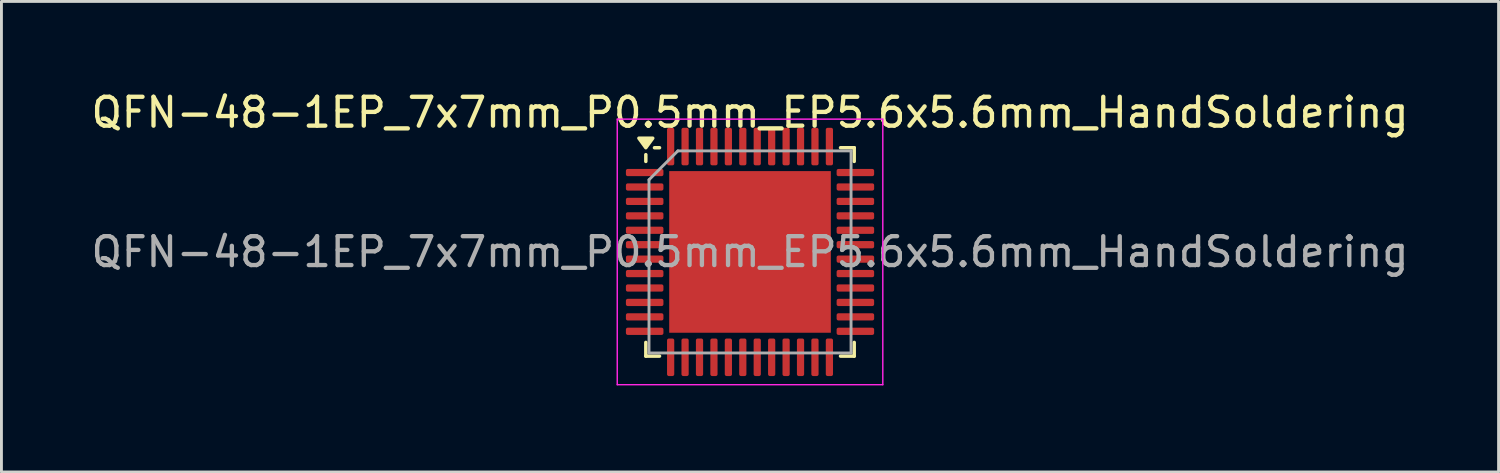
<source format=kicad_pcb>
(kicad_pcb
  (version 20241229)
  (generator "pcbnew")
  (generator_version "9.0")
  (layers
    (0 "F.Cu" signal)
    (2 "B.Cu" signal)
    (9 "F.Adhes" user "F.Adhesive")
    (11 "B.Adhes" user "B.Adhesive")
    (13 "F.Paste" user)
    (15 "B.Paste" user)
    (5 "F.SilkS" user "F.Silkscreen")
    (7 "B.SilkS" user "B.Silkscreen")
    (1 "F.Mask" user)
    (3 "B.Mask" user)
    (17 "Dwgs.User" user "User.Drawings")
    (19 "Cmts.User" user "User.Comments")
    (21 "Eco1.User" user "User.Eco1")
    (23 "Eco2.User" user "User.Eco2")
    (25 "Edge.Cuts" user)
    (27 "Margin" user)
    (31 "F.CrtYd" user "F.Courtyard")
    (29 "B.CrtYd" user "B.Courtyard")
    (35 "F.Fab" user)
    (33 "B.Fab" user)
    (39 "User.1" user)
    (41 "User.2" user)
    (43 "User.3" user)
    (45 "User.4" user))
  (footprint "QFN-48-1EP_7x7mm_P0.5mm_EP5.6x5.6mm_HandSoldering"
    (layer "F.Cu")
    (at 22.935 5.678)
    (property "Reference" "QFN-48-1EP_7x7mm_P0.5mm_EP5.6x5.6mm_HandSoldering" (at 0 -4.83 0) (layer "F.SilkS") (effects (font (size 1 1) (thickness 0.15))))
    (attr smd)
    (fp_line (start -3.61 -3.135) (end -3.61 -3.37) (stroke (width 0.12) (type solid)) (layer "F.SilkS"))
    (fp_line (start -3.61 3.61) (end -3.61 3.135) (stroke (width 0.12) (type solid)) (layer "F.SilkS"))
    (fp_line (start -3.135 -3.61) (end -3.31 -3.61) (stroke (width 0.12) (type solid)) (layer "F.SilkS"))
    (fp_line (start -3.135 3.61) (end -3.61 3.61) (stroke (width 0.12) (type solid)) (layer "F.SilkS"))
    (fp_line (start 3.135 -3.61) (end 3.61 -3.61) (stroke (width 0.12) (type solid)) (layer "F.SilkS"))
    (fp_line (start 3.135 3.61) (end 3.61 3.61) (stroke (width 0.12) (type solid)) (layer "F.SilkS"))
    (fp_line (start 3.61 -3.61) (end 3.61 -3.135) (stroke (width 0.12) (type solid)) (layer "F.SilkS"))
    (fp_line (start 3.61 3.61) (end 3.61 3.135) (stroke (width 0.12) (type solid)) (layer "F.SilkS"))
    (fp_poly (pts (xy -3.61 -3.61) (xy -3.85 -3.94) (xy -3.37 -3.94) (xy -3.61 -3.61)) (stroke (width 0.12) (type solid)) (fill yes) (layer "F.SilkS"))
    (fp_line (start -4.6 -4.6) (end -4.6 4.6) (stroke (width 0.05) (type solid)) (layer "F.CrtYd"))
    (fp_line (start -4.6 4.6) (end 4.6 4.6) (stroke (width 0.05) (type solid)) (layer "F.CrtYd"))
    (fp_line (start 4.6 -4.6) (end -4.6 -4.6) (stroke (width 0.05) (type solid)) (layer "F.CrtYd"))
    (fp_line (start 4.6 4.6) (end 4.6 -4.6) (stroke (width 0.05) (type solid)) (layer "F.CrtYd"))
    (fp_line (start -3.5 -2.5) (end -2.5 -3.5) (stroke (width 0.1) (type solid)) (layer "F.Fab"))
    (fp_line (start -3.5 3.5) (end -3.5 -2.5) (stroke (width 0.1) (type solid)) (layer "F.Fab"))
    (fp_line (start -2.5 -3.5) (end 3.5 -3.5) (stroke (width 0.1) (type solid)) (layer "F.Fab"))
    (fp_line (start 3.5 -3.5) (end 3.5 3.5) (stroke (width 0.1) (type solid)) (layer "F.Fab"))
    (fp_line (start 3.5 3.5) (end -3.5 3.5) (stroke (width 0.1) (type solid)) (layer "F.Fab"))
    (fp_text user "${REFERENCE}" (at 0 0 0) (layer "F.Fab") (effects (font (size 1 1) (thickness 0.15))))
    (pad "" smd roundrect (at -2.1 -2.1) (size 1.13 1.13) (layers "F.Paste") (roundrect_rratio 0.221))
    (pad "" smd roundrect (at -2.1 -0.7) (size 1.13 1.13) (layers "F.Paste") (roundrect_rratio 0.221))
    (pad "" smd roundrect (at -2.1 0.7) (size 1.13 1.13) (layers "F.Paste") (roundrect_rratio 0.221))
    (pad "" smd roundrect (at -2.1 2.1) (size 1.13 1.13) (layers "F.Paste") (roundrect_rratio 0.221))
    (pad "" smd roundrect (at -0.7 -2.1) (size 1.13 1.13) (layers "F.Paste") (roundrect_rratio 0.221))
    (pad "" smd roundrect (at -0.7 -0.7) (size 1.13 1.13) (layers "F.Paste") (roundrect_rratio 0.221))
    (pad "" smd roundrect (at -0.7 0.7) (size 1.13 1.13) (layers "F.Paste") (roundrect_rratio 0.221))
    (pad "" smd roundrect (at -0.7 2.1) (size 1.13 1.13) (layers "F.Paste") (roundrect_rratio 0.221))
    (pad "" smd roundrect (at 0.7 -2.1) (size 1.13 1.13) (layers "F.Paste") (roundrect_rratio 0.221))
    (pad "" smd roundrect (at 0.7 -0.7) (size 1.13 1.13) (layers "F.Paste") (roundrect_rratio 0.221))
    (pad "" smd roundrect (at 0.7 0.7) (size 1.13 1.13) (layers "F.Paste") (roundrect_rratio 0.221))
    (pad "" smd roundrect (at 0.7 2.1) (size 1.13 1.13) (layers "F.Paste") (roundrect_rratio 0.221))
    (pad "" smd roundrect (at 2.1 -2.1) (size 1.13 1.13) (layers "F.Paste") (roundrect_rratio 0.221))
    (pad "" smd roundrect (at 2.1 -0.7) (size 1.13 1.13) (layers "F.Paste") (roundrect_rratio 0.221))
    (pad "" smd roundrect (at 2.1 0.7) (size 1.13 1.13) (layers "F.Paste") (roundrect_rratio 0.221))
    (pad "" smd roundrect (at 2.1 2.1) (size 1.13 1.13) (layers "F.Paste") (roundrect_rratio 0.221))
    (pad "1" smd roundrect (at -3.65 -2.75) (size 1.3 0.25) (layers "F.Cu" "F.Mask" "F.Paste") (roundrect_rratio 0.25))
    (pad "2" smd roundrect (at -3.65 -2.25) (size 1.3 0.25) (layers "F.Cu" "F.Mask" "F.Paste") (roundrect_rratio 0.25))
    (pad "3" smd roundrect (at -3.65 -1.75) (size 1.3 0.25) (layers "F.Cu" "F.Mask" "F.Paste") (roundrect_rratio 0.25))
    (pad "4" smd roundrect (at -3.65 -1.25) (size 1.3 0.25) (layers "F.Cu" "F.Mask" "F.Paste") (roundrect_rratio 0.25))
    (pad "5" smd roundrect (at -3.65 -0.75) (size 1.3 0.25) (layers "F.Cu" "F.Mask" "F.Paste") (roundrect_rratio 0.25))
    (pad "6" smd roundrect (at -3.65 -0.25) (size 1.3 0.25) (layers "F.Cu" "F.Mask" "F.Paste") (roundrect_rratio 0.25))
    (pad "7" smd roundrect (at -3.65 0.25) (size 1.3 0.25) (layers "F.Cu" "F.Mask" "F.Paste") (roundrect_rratio 0.25))
    (pad "8" smd roundrect (at -3.65 0.75) (size 1.3 0.25) (layers "F.Cu" "F.Mask" "F.Paste") (roundrect_rratio 0.25))
    (pad "9" smd roundrect (at -3.65 1.25) (size 1.3 0.25) (layers "F.Cu" "F.Mask" "F.Paste") (roundrect_rratio 0.25))
    (pad "10" smd roundrect (at -3.65 1.75) (size 1.3 0.25) (layers "F.Cu" "F.Mask" "F.Paste") (roundrect_rratio 0.25))
    (pad "11" smd roundrect (at -3.65 2.25) (size 1.3 0.25) (layers "F.Cu" "F.Mask" "F.Paste") (roundrect_rratio 0.25))
    (pad "12" smd roundrect (at -3.65 2.75) (size 1.3 0.25) (layers "F.Cu" "F.Mask" "F.Paste") (roundrect_rratio 0.25))
    (pad "13" smd roundrect (at -2.75 3.65) (size 0.25 1.3) (layers "F.Cu" "F.Mask" "F.Paste") (roundrect_rratio 0.25))
    (pad "14" smd roundrect (at -2.25 3.65) (size 0.25 1.3) (layers "F.Cu" "F.Mask" "F.Paste") (roundrect_rratio 0.25))
    (pad "15" smd roundrect (at -1.75 3.65) (size 0.25 1.3) (layers "F.Cu" "F.Mask" "F.Paste") (roundrect_rratio 0.25))
    (pad "16" smd roundrect (at -1.25 3.65) (size 0.25 1.3) (layers "F.Cu" "F.Mask" "F.Paste") (roundrect_rratio 0.25))
    (pad "17" smd roundrect (at -0.75 3.65) (size 0.25 1.3) (layers "F.Cu" "F.Mask" "F.Paste") (roundrect_rratio 0.25))
    (pad "18" smd roundrect (at -0.25 3.65) (size 0.25 1.3) (layers "F.Cu" "F.Mask" "F.Paste") (roundrect_rratio 0.25))
    (pad "19" smd roundrect (at 0.25 3.65) (size 0.25 1.3) (layers "F.Cu" "F.Mask" "F.Paste") (roundrect_rratio 0.25))
    (pad "20" smd roundrect (at 0.75 3.65) (size 0.25 1.3) (layers "F.Cu" "F.Mask" "F.Paste") (roundrect_rratio 0.25))
    (pad "21" smd roundrect (at 1.25 3.65) (size 0.25 1.3) (layers "F.Cu" "F.Mask" "F.Paste") (roundrect_rratio 0.25))
    (pad "22" smd roundrect (at 1.75 3.65) (size 0.25 1.3) (layers "F.Cu" "F.Mask" "F.Paste") (roundrect_rratio 0.25))
    (pad "23" smd roundrect (at 2.25 3.65) (size 0.25 1.3) (layers "F.Cu" "F.Mask" "F.Paste") (roundrect_rratio 0.25))
    (pad "24" smd roundrect (at 2.75 3.65) (size 0.25 1.3) (layers "F.Cu" "F.Mask" "F.Paste") (roundrect_rratio 0.25))
    (pad "25" smd roundrect (at 3.65 2.75) (size 1.3 0.25) (layers "F.Cu" "F.Mask" "F.Paste") (roundrect_rratio 0.25))
    (pad "26" smd roundrect (at 3.65 2.25) (size 1.3 0.25) (layers "F.Cu" "F.Mask" "F.Paste") (roundrect_rratio 0.25))
    (pad "27" smd roundrect (at 3.65 1.75) (size 1.3 0.25) (layers "F.Cu" "F.Mask" "F.Paste") (roundrect_rratio 0.25))
    (pad "28" smd roundrect (at 3.65 1.25) (size 1.3 0.25) (layers "F.Cu" "F.Mask" "F.Paste") (roundrect_rratio 0.25))
    (pad "29" smd roundrect (at 3.65 0.75) (size 1.3 0.25) (layers "F.Cu" "F.Mask" "F.Paste") (roundrect_rratio 0.25))
    (pad "30" smd roundrect (at 3.65 0.25) (size 1.3 0.25) (layers "F.Cu" "F.Mask" "F.Paste") (roundrect_rratio 0.25))
    (pad "31" smd roundrect (at 3.65 -0.25) (size 1.3 0.25) (layers "F.Cu" "F.Mask" "F.Paste") (roundrect_rratio 0.25))
    (pad "32" smd roundrect (at 3.65 -0.75) (size 1.3 0.25) (layers "F.Cu" "F.Mask" "F.Paste") (roundrect_rratio 0.25))
    (pad "33" smd roundrect (at 3.65 -1.25) (size 1.3 0.25) (layers "F.Cu" "F.Mask" "F.Paste") (roundrect_rratio 0.25))
    (pad "34" smd roundrect (at 3.65 -1.75) (size 1.3 0.25) (layers "F.Cu" "F.Mask" "F.Paste") (roundrect_rratio 0.25))
    (pad "35" smd roundrect (at 3.65 -2.25) (size 1.3 0.25) (layers "F.Cu" "F.Mask" "F.Paste") (roundrect_rratio 0.25))
    (pad "36" smd roundrect (at 3.65 -2.75) (size 1.3 0.25) (layers "F.Cu" "F.Mask" "F.Paste") (roundrect_rratio 0.25))
    (pad "37" smd roundrect (at 2.75 -3.65) (size 0.25 1.3) (layers "F.Cu" "F.Mask" "F.Paste") (roundrect_rratio 0.25))
    (pad "38" smd roundrect (at 2.25 -3.65) (size 0.25 1.3) (layers "F.Cu" "F.Mask" "F.Paste") (roundrect_rratio 0.25))
    (pad "39" smd roundrect (at 1.75 -3.65) (size 0.25 1.3) (layers "F.Cu" "F.Mask" "F.Paste") (roundrect_rratio 0.25))
    (pad "40" smd roundrect (at 1.25 -3.65) (size 0.25 1.3) (layers "F.Cu" "F.Mask" "F.Paste") (roundrect_rratio 0.25))
    (pad "41" smd roundrect (at 0.75 -3.65) (size 0.25 1.3) (layers "F.Cu" "F.Mask" "F.Paste") (roundrect_rratio 0.25))
    (pad "42" smd roundrect (at 0.25 -3.65) (size 0.25 1.3) (layers "F.Cu" "F.Mask" "F.Paste") (roundrect_rratio 0.25))
    (pad "43" smd roundrect (at -0.25 -3.65) (size 0.25 1.3) (layers "F.Cu" "F.Mask" "F.Paste") (roundrect_rratio 0.25))
    (pad "44" smd roundrect (at -0.75 -3.65) (size 0.25 1.3) (layers "F.Cu" "F.Mask" "F.Paste") (roundrect_rratio 0.25))
    (pad "45" smd roundrect (at -1.25 -3.65) (size 0.25 1.3) (layers "F.Cu" "F.Mask" "F.Paste") (roundrect_rratio 0.25))
    (pad "46" smd roundrect (at -1.75 -3.65) (size 0.25 1.3) (layers "F.Cu" "F.Mask" "F.Paste") (roundrect_rratio 0.25))
    (pad "47" smd roundrect (at -2.25 -3.65) (size 0.25 1.3) (layers "F.Cu" "F.Mask" "F.Paste") (roundrect_rratio 0.25))
    (pad "48" smd roundrect (at -2.75 -3.65) (size 0.25 1.3) (layers "F.Cu" "F.Mask" "F.Paste") (roundrect_rratio 0.25))
    (pad "49" smd rect (at 0 0) (size 5.6 5.6) (property pad_prop_heatsink) (layers "F.Cu" "F.Mask")))
  (gr_rect
    (start -3 -3)
    (end 48.869 13.303)
    (stroke (width 0.1) (type default))
    (fill no)
    (layer "Edge.Cuts")))
</source>
